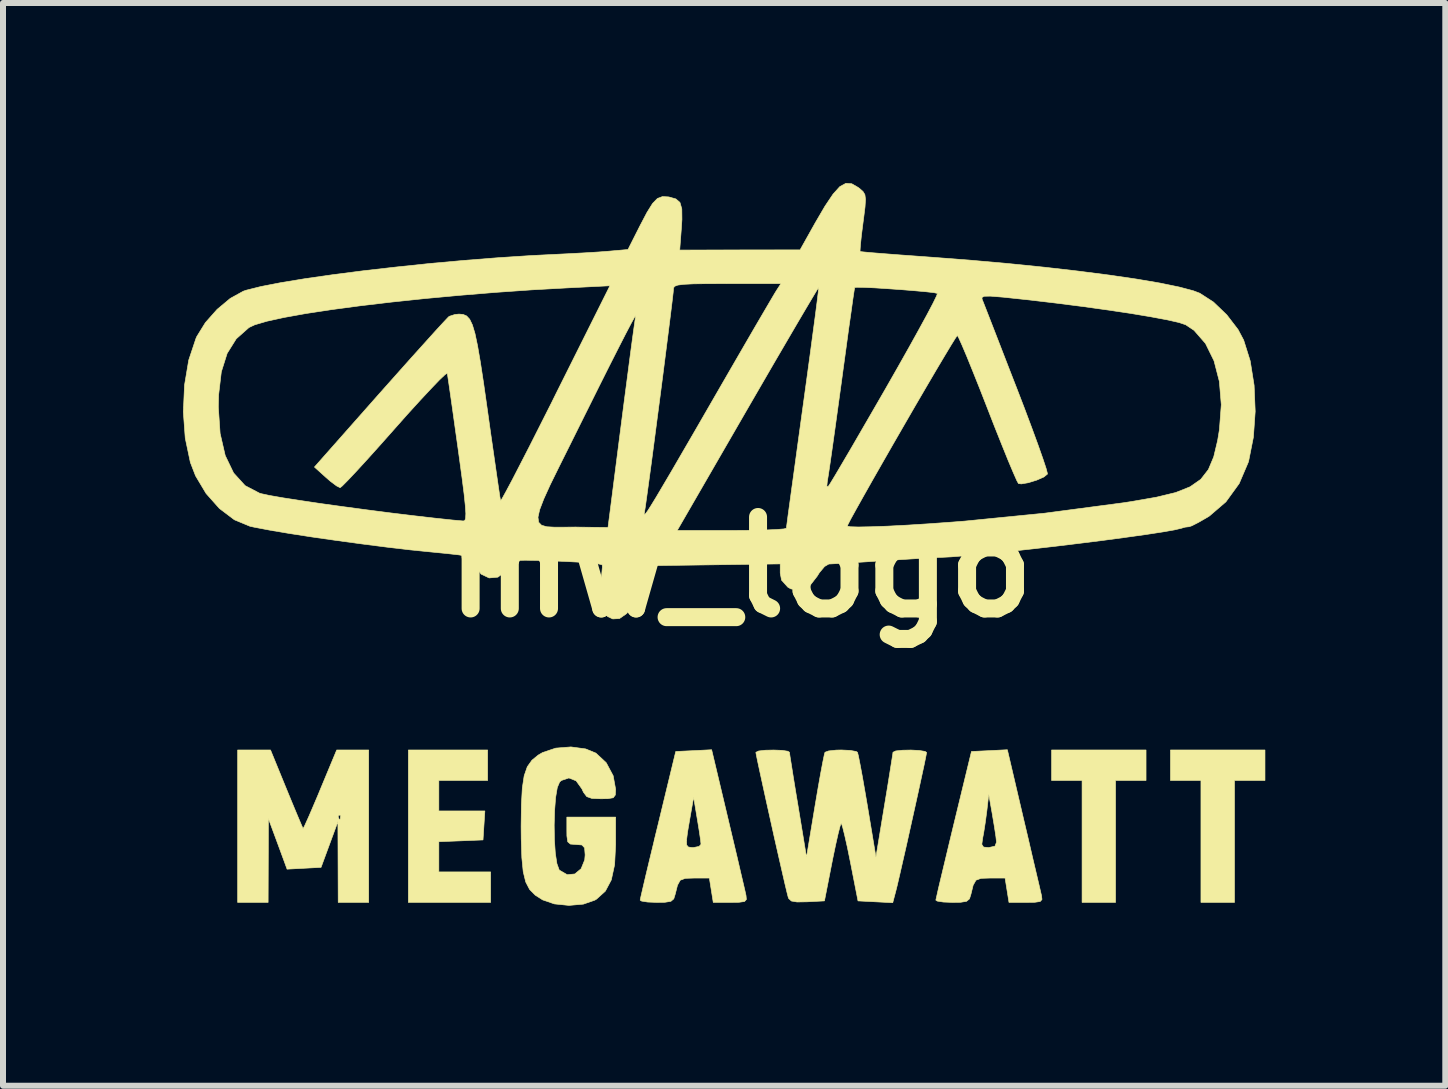
<source format=kicad_pcb>
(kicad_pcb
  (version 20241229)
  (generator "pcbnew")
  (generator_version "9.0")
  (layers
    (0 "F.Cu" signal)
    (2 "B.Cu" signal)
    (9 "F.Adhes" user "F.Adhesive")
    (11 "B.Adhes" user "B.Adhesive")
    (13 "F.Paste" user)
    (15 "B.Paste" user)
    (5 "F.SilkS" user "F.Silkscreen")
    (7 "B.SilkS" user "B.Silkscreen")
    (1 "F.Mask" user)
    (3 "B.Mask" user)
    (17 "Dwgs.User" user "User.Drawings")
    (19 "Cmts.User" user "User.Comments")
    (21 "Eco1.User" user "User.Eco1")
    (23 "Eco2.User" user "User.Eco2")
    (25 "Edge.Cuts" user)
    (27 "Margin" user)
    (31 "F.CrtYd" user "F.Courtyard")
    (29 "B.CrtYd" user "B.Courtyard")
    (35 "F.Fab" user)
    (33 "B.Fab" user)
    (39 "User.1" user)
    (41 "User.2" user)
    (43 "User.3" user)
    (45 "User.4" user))
  (footprint "mw_logo"
    (layer "F.Cu")
    (at 9.292 6.4)
    (property "Reference" "mw_logo" (at 0 0 0) (layer "F.SilkS") (effects (font (size 1.524 1.524) (thickness 0.3))))
    (attr through_hole)
    (fp_poly (pts (xy 6.756 3.556) (xy 6.248 3.556) (xy 6.248 5.588) (xy 5.69 5.588) (xy 5.69 3.556) (xy 5.182 3.556) (xy 5.182 3.048) (xy 6.756 3.048) (xy 6.756 3.556)) (stroke (width 0.01) (type solid)) (fill yes) (layer "F.SilkS"))
    (fp_poly (pts (xy 8.738 3.556) (xy 8.23 3.556) (xy 8.23 5.588) (xy 7.671 5.588) (xy 7.671 3.556) (xy 7.163 3.556) (xy 7.163 3.048) (xy 8.738 3.048) (xy 8.738 3.556)) (stroke (width 0.01) (type solid)) (fill yes) (layer "F.SilkS"))
    (fp_poly (pts (xy -4.216 3.556) (xy -5.029 3.556) (xy -5.029 4.064) (xy -4.262 4.064) (xy -4.293 4.547) (xy -4.661 4.562) (xy -5.029 4.576) (xy -5.029 5.08) (xy -4.166 5.08) (xy -4.166 5.588) (xy -5.537 5.588) (xy -5.537 3.048) (xy -4.216 3.048) (xy -4.216 3.556)) (stroke (width 0.01) (type solid)) (fill yes) (layer "F.SilkS"))
    (fp_poly (pts (xy -7.569 3.696) (xy -7.472 3.932) (xy -7.389 4.131) (xy -7.327 4.277) (xy -7.295 4.351) (xy -7.292 4.357) (xy -7.269 4.318) (xy -7.216 4.201) (xy -7.2 4.166) (xy -6.706 4.166) (xy -6.687 4.207) (xy -6.672 4.199) (xy -6.666 4.139) (xy -6.672 4.132) (xy -6.702 4.139) (xy -6.706 4.166) (xy -7.2 4.166) (xy -7.138 4.022) (xy -7.043 3.799) (xy -7.006 3.709) (xy -6.731 3.048) (xy -6.464 3.048) (xy -6.198 3.048) (xy -6.198 5.588) (xy -6.706 5.588) (xy -6.711 4.242) (xy -6.992 5.004) (xy -7.275 5.019) (xy -7.558 5.034) (xy -7.713 4.612) (xy -7.869 4.191) (xy -7.874 5.588) (xy -8.382 5.588) (xy -8.382 3.048) (xy -7.834 3.048) (xy -7.569 3.696)) (stroke (width 0.01) (type solid)) (fill yes) (layer "F.SilkS"))
    (fp_poly (pts (xy -0.208 4.202) (xy -0.129 4.536) (xy -0.056 4.843) (xy 0.005 5.106) (xy 0.053 5.31) (xy 0.083 5.44) (xy 0.09 5.474) (xy 0.096 5.539) (xy 0.065 5.573) (xy -0.027 5.586) (xy -0.171 5.588) (xy -0.456 5.588) (xy -0.521 5.182) (xy -0.77 5.182) (xy -0.921 5.187) (xy -1.006 5.218) (xy -1.052 5.301) (xy -1.089 5.448) (xy -1.114 5.529) (xy -1.162 5.57) (xy -1.262 5.586) (xy -1.398 5.588) (xy -1.55 5.582) (xy -1.65 5.566) (xy -1.674 5.55) (xy -1.662 5.492) (xy -1.629 5.349) (xy -1.579 5.135) (xy -1.514 4.864) (xy -1.439 4.554) (xy -0.902 4.554) (xy -0.899 4.632) (xy -0.871 4.665) (xy -0.817 4.673) (xy -0.787 4.674) (xy -0.692 4.655) (xy -0.66 4.62) (xy -0.668 4.546) (xy -0.689 4.402) (xy -0.719 4.218) (xy -0.722 4.201) (xy -0.783 3.835) (xy -0.846 4.191) (xy -0.884 4.413) (xy -0.902 4.554) (xy -1.439 4.554) (xy -1.439 4.55) (xy -1.376 4.293) (xy -1.081 3.073) (xy -0.782 3.059) (xy -0.483 3.044) (xy -0.208 4.202)) (stroke (width 0.01) (type solid)) (fill yes) (layer "F.SilkS"))
    (fp_poly (pts (xy 4.716 4.202) (xy 4.795 4.536) (xy 4.866 4.843) (xy 4.928 5.106) (xy 4.976 5.31) (xy 5.006 5.44) (xy 5.014 5.474) (xy 5.022 5.539) (xy 4.992 5.573) (xy 4.902 5.586) (xy 4.756 5.588) (xy 4.472 5.588) (xy 4.407 5.182) (xy 4.158 5.182) (xy 4.006 5.187) (xy 3.922 5.218) (xy 3.875 5.301) (xy 3.839 5.448) (xy 3.814 5.529) (xy 3.765 5.57) (xy 3.666 5.586) (xy 3.53 5.588) (xy 3.377 5.582) (xy 3.277 5.566) (xy 3.253 5.55) (xy 3.266 5.492) (xy 3.298 5.349) (xy 3.349 5.135) (xy 3.414 4.864) (xy 3.472 4.621) (xy 4.019 4.621) (xy 4.048 4.666) (xy 4.134 4.674) (xy 4.238 4.651) (xy 4.264 4.585) (xy 4.254 4.492) (xy 4.23 4.333) (xy 4.198 4.143) (xy 4.198 4.14) (xy 4.135 3.785) (xy 4.103 4.064) (xy 4.077 4.257) (xy 4.049 4.437) (xy 4.035 4.508) (xy 4.019 4.621) (xy 3.472 4.621) (xy 3.489 4.55) (xy 3.551 4.293) (xy 3.847 3.073) (xy 4.146 3.059) (xy 4.445 3.044) (xy 4.716 4.202)) (stroke (width 0.01) (type solid)) (fill yes) (layer "F.SilkS"))
    (fp_poly (pts (xy -2.583 3.03) (xy -2.412 3.1) (xy -2.24 3.26) (xy -2.124 3.477) (xy -2.083 3.703) (xy -2.088 3.798) (xy -2.123 3.844) (xy -2.213 3.859) (xy -2.328 3.861) (xy -2.479 3.855) (xy -2.564 3.825) (xy -2.619 3.752) (xy -2.645 3.696) (xy -2.741 3.562) (xy -2.862 3.514) (xy -2.987 3.556) (xy -3.016 3.582) (xy -3.055 3.673) (xy -3.083 3.839) (xy -3.1 4.057) (xy -3.107 4.301) (xy -3.103 4.547) (xy -3.088 4.769) (xy -3.061 4.944) (xy -3.024 5.045) (xy -3.019 5.051) (xy -2.89 5.126) (xy -2.763 5.114) (xy -2.658 5.027) (xy -2.598 4.879) (xy -2.591 4.797) (xy -2.6 4.679) (xy -2.645 4.631) (xy -2.743 4.623) (xy -2.837 4.616) (xy -2.881 4.578) (xy -2.895 4.48) (xy -2.896 4.394) (xy -2.896 4.166) (xy -2.083 4.166) (xy -2.083 4.625) (xy -2.1 4.96) (xy -2.155 5.213) (xy -2.254 5.4) (xy -2.401 5.533) (xy -2.429 5.55) (xy -2.621 5.617) (xy -2.861 5.638) (xy -3.104 5.613) (xy -3.299 5.546) (xy -3.423 5.467) (xy -3.516 5.373) (xy -3.581 5.248) (xy -3.623 5.076) (xy -3.646 4.842) (xy -3.656 4.532) (xy -3.658 4.318) (xy -3.653 3.957) (xy -3.638 3.682) (xy -3.607 3.478) (xy -3.555 3.328) (xy -3.478 3.219) (xy -3.373 3.133) (xy -3.299 3.09) (xy -3.081 3.017) (xy -2.828 2.997) (xy -2.583 3.03)) (stroke (width 0.01) (type solid)) (fill yes) (layer "F.SilkS"))
    (fp_poly (pts (xy 1.825 3.055) (xy 1.925 3.073) (xy 1.947 3.086) (xy 1.963 3.147) (xy 1.991 3.29) (xy 2.03 3.499) (xy 2.075 3.757) (xy 2.113 3.979) (xy 2.255 4.834) (xy 2.396 3.979) (xy 2.443 3.696) (xy 2.483 3.447) (xy 2.514 3.251) (xy 2.534 3.125) (xy 2.539 3.086) (xy 2.584 3.064) (xy 2.695 3.052) (xy 2.837 3.049) (xy 2.975 3.056) (xy 3.073 3.072) (xy 3.099 3.089) (xy 3.088 3.15) (xy 3.059 3.293) (xy 3.014 3.5) (xy 2.959 3.754) (xy 2.896 4.039) (xy 2.83 4.336) (xy 2.765 4.629) (xy 2.703 4.9) (xy 2.65 5.132) (xy 2.609 5.308) (xy 2.586 5.4) (xy 2.535 5.593) (xy 2.245 5.578) (xy 1.956 5.563) (xy 1.829 4.915) (xy 1.78 4.674) (xy 1.735 4.474) (xy 1.7 4.333) (xy 1.679 4.27) (xy 1.676 4.268) (xy 1.658 4.315) (xy 1.625 4.443) (xy 1.582 4.634) (xy 1.533 4.869) (xy 1.524 4.915) (xy 1.397 5.563) (xy 1.109 5.578) (xy 0.94 5.581) (xy 0.846 5.565) (xy 0.801 5.523) (xy 0.793 5.502) (xy 0.773 5.424) (xy 0.736 5.269) (xy 0.686 5.051) (xy 0.626 4.788) (xy 0.56 4.497) (xy 0.493 4.195) (xy 0.427 3.898) (xy 0.367 3.624) (xy 0.316 3.39) (xy 0.278 3.212) (xy 0.257 3.107) (xy 0.254 3.087) (xy 0.299 3.065) (xy 0.41 3.052) (xy 0.551 3.049) (xy 0.689 3.054) (xy 0.787 3.069) (xy 0.814 3.086) (xy 0.822 3.147) (xy 0.845 3.29) (xy 0.878 3.499) (xy 0.92 3.757) (xy 0.957 3.979) (xy 1.098 4.834) (xy 1.24 3.979) (xy 1.288 3.696) (xy 1.332 3.447) (xy 1.369 3.251) (xy 1.395 3.125) (xy 1.406 3.086) (xy 1.465 3.064) (xy 1.592 3.05) (xy 1.676 3.048) (xy 1.825 3.055)) (stroke (width 0.01) (type solid)) (fill yes) (layer "F.SilkS"))
    (fp_poly (pts (xy 1.852 -6.388) (xy 1.958 -6.327) (xy 1.986 -6.306) (xy 2.04 -6.258) (xy 2.071 -6.206) (xy 2.081 -6.128) (xy 2.073 -6) (xy 2.048 -5.8) (xy 2.04 -5.74) (xy 2.014 -5.535) (xy 1.997 -5.373) (xy 1.99 -5.276) (xy 1.992 -5.258) (xy 2.045 -5.252) (xy 2.184 -5.239) (xy 2.397 -5.222) (xy 2.67 -5.201) (xy 2.987 -5.178) (xy 3.219 -5.161) (xy 3.852 -5.112) (xy 4.471 -5.057) (xy 5.064 -4.997) (xy 5.622 -4.933) (xy 6.136 -4.867) (xy 6.595 -4.8) (xy 6.989 -4.733) (xy 7.309 -4.667) (xy 7.543 -4.605) (xy 7.651 -4.564) (xy 7.879 -4.417) (xy 8.101 -4.204) (xy 8.289 -3.959) (xy 8.383 -3.782) (xy 8.492 -3.435) (xy 8.557 -3.028) (xy 8.575 -2.594) (xy 8.545 -2.165) (xy 8.467 -1.772) (xy 8.459 -1.745) (xy 8.308 -1.392) (xy 8.087 -1.087) (xy 7.812 -0.851) (xy 7.775 -0.828) (xy 7.629 -0.744) (xy 7.519 -0.688) (xy 7.474 -0.673) (xy 7.405 -0.665) (xy 7.341 -0.646) (xy 7.226 -0.619) (xy 7.024 -0.584) (xy 6.751 -0.542) (xy 6.421 -0.496) (xy 6.049 -0.446) (xy 5.65 -0.396) (xy 5.238 -0.346) (xy 4.828 -0.299) (xy 4.435 -0.256) (xy 4.074 -0.219) (xy 3.759 -0.19) (xy 3.505 -0.17) (xy 3.327 -0.161) (xy 3.302 -0.161) (xy 3.228 -0.158) (xy 3.071 -0.149) (xy 2.85 -0.136) (xy 2.584 -0.119) (xy 2.388 -0.107) (xy 2.101 -0.088) (xy 1.847 -0.072) (xy 1.644 -0.06) (xy 1.511 -0.053) (xy 1.47 -0.051) (xy 1.399 -0.01) (xy 1.312 0.094) (xy 1.276 0.152) (xy 1.145 0.321) (xy 0.997 0.392) (xy 0.837 0.363) (xy 0.787 0.335) (xy 0.682 0.218) (xy 0.66 0.099) (xy 0.66 -0.053) (xy -1.394 -0.025) (xy -1.61 0.355) (xy -1.767 0.61) (xy -1.9 0.775) (xy -2.019 0.858) (xy -2.131 0.864) (xy -2.215 0.825) (xy -2.315 0.71) (xy -2.356 0.535) (xy -2.338 0.286) (xy -2.336 0.276) (xy -2.314 0.115) (xy -2.304 0.000371) (xy -2.307 -0.038) (xy -2.368 -0.053) (xy -2.505 -0.068) (xy -2.698 -0.082) (xy -2.925 -0.094) (xy -3.164 -0.104) (xy -3.392 -0.111) (xy -3.589 -0.114) (xy -3.732 -0.111) (xy -3.798 -0.102) (xy -3.801 -0.1) (xy -3.841 -0.032) (xy -3.916 0.07) (xy -3.916 0.07) (xy -4.045 0.168) (xy -4.191 0.181) (xy -4.325 0.117) (xy -4.421 -0.017) (xy -4.439 -0.072) (xy -4.457 -0.119) (xy -4.494 -0.154) (xy -4.567 -0.18) (xy -4.693 -0.203) (xy -4.888 -0.225) (xy -5.142 -0.25) (xy -5.491 -0.285) (xy -5.885 -0.331) (xy -6.306 -0.385) (xy -6.733 -0.443) (xy -7.145 -0.502) (xy -7.525 -0.561) (xy -7.813 -0.61) (xy -1.057 -0.61) (xy -0.148 -0.61) (xy 0.144 -0.612) (xy 0.397 -0.617) (xy 0.595 -0.626) (xy 0.722 -0.636) (xy 0.763 -0.648) (xy 0.767 -0.683) (xy 1.778 -0.683) (xy 1.826 -0.672) (xy 1.963 -0.668) (xy 2.176 -0.672) (xy 2.452 -0.682) (xy 2.778 -0.699) (xy 3.142 -0.722) (xy 3.53 -0.75) (xy 3.734 -0.766) (xy 5.067 -0.898) (xy 6.382 -1.072) (xy 6.525 -1.094) (xy 6.931 -1.165) (xy 7.249 -1.242) (xy 7.49 -1.338) (xy 7.668 -1.462) (xy 7.795 -1.625) (xy 7.884 -1.837) (xy 7.949 -2.109) (xy 7.979 -2.291) (xy 8.01 -2.706) (xy 7.978 -3.093) (xy 7.889 -3.437) (xy 7.747 -3.726) (xy 7.556 -3.945) (xy 7.417 -4.038) (xy 7.307 -4.075) (xy 7.109 -4.12) (xy 6.836 -4.171) (xy 6.502 -4.227) (xy 6.12 -4.284) (xy 5.703 -4.342) (xy 5.264 -4.398) (xy 4.816 -4.451) (xy 4.373 -4.498) (xy 4.348 -4.5) (xy 4.162 -4.515) (xy 4.059 -4.513) (xy 4.021 -4.492) (xy 4.024 -4.464) (xy 4.049 -4.401) (xy 4.106 -4.255) (xy 4.19 -4.039) (xy 4.296 -3.766) (xy 4.419 -3.448) (xy 4.555 -3.098) (xy 4.593 -3.001) (xy 4.73 -2.645) (xy 4.852 -2.32) (xy 4.956 -2.036) (xy 5.037 -1.806) (xy 5.091 -1.643) (xy 5.113 -1.558) (xy 5.113 -1.55) (xy 5.053 -1.501) (xy 4.934 -1.449) (xy 4.795 -1.406) (xy 4.678 -1.386) (xy 4.63 -1.392) (xy 4.601 -1.445) (xy 4.542 -1.579) (xy 4.456 -1.783) (xy 4.351 -2.043) (xy 4.23 -2.346) (xy 4.116 -2.639) (xy 3.987 -2.969) (xy 3.869 -3.264) (xy 3.768 -3.513) (xy 3.687 -3.704) (xy 3.633 -3.823) (xy 3.612 -3.86) (xy 3.581 -3.817) (xy 3.507 -3.698) (xy 3.397 -3.515) (xy 3.257 -3.28) (xy 3.095 -3.004) (xy 2.918 -2.701) (xy 2.733 -2.381) (xy 2.546 -2.057) (xy 2.365 -1.741) (xy 2.196 -1.445) (xy 2.047 -1.181) (xy 1.924 -0.961) (xy 1.834 -0.798) (xy 1.785 -0.702) (xy 1.778 -0.683) (xy 0.767 -0.683) (xy 0.77 -0.705) (xy 0.789 -0.852) (xy 0.82 -1.077) (xy 0.856 -1.342) (xy 1.436 -1.342) (xy 1.462 -1.346) (xy 1.498 -1.401) (xy 1.578 -1.533) (xy 1.696 -1.733) (xy 1.847 -1.99) (xy 2.023 -2.294) (xy 2.22 -2.634) (xy 2.41 -2.963) (xy 2.617 -3.326) (xy 2.806 -3.661) (xy 2.97 -3.957) (xy 3.106 -4.206) (xy 3.206 -4.396) (xy 3.265 -4.517) (xy 3.28 -4.56) (xy 3.223 -4.573) (xy 3.09 -4.588) (xy 2.901 -4.605) (xy 2.68 -4.623) (xy 2.451 -4.639) (xy 2.235 -4.653) (xy 2.057 -4.661) (xy 1.938 -4.663) (xy 1.901 -4.659) (xy 1.892 -4.608) (xy 1.871 -4.469) (xy 1.841 -4.253) (xy 1.801 -3.973) (xy 1.756 -3.642) (xy 1.705 -3.271) (xy 1.682 -3.099) (xy 1.628 -2.708) (xy 1.578 -2.345) (xy 1.533 -2.023) (xy 1.495 -1.757) (xy 1.466 -1.559) (xy 1.447 -1.442) (xy 1.444 -1.422) (xy 1.436 -1.342) (xy 0.856 -1.342) (xy 0.86 -1.37) (xy 0.908 -1.719) (xy 0.962 -2.115) (xy 1.021 -2.544) (xy 1.038 -2.667) (xy 1.098 -3.103) (xy 1.153 -3.506) (xy 1.201 -3.866) (xy 1.242 -4.172) (xy 1.273 -4.412) (xy 1.293 -4.577) (xy 1.301 -4.654) (xy 1.301 -4.659) (xy 1.274 -4.619) (xy 1.202 -4.499) (xy 1.089 -4.309) (xy 0.94 -4.056) (xy 0.761 -3.75) (xy 0.556 -3.399) (xy 0.331 -3.011) (xy 0.116 -2.64) (xy -1.057 -0.61) (xy -7.813 -0.61) (xy -7.85 -0.616) (xy -8.102 -0.664) (xy -8.176 -0.68) (xy -8.436 -0.788) (xy -8.686 -0.977) (xy -8.908 -1.227) (xy -9.083 -1.52) (xy -9.17 -1.745) (xy -9.255 -2.149) (xy -9.287 -2.589) (xy -9.283 -2.667) (xy -8.704 -2.667) (xy -8.674 -2.227) (xy -8.589 -1.859) (xy -8.449 -1.568) (xy -8.257 -1.357) (xy -8.016 -1.231) (xy -7.988 -1.223) (xy -7.849 -1.193) (xy -7.626 -1.154) (xy -7.335 -1.109) (xy -6.994 -1.058) (xy -6.618 -1.006) (xy -6.223 -0.953) (xy -5.828 -0.902) (xy -5.448 -0.856) (xy -5.1 -0.816) (xy -4.8 -0.784) (xy -4.62 -0.768) (xy -4.596 -0.777) (xy -4.582 -0.815) (xy -4.582 -0.831) (xy -3.377 -0.831) (xy -3.366 -0.747) (xy -3.317 -0.697) (xy -3.23 -0.672) (xy -3.105 -0.665) (xy -2.944 -0.665) (xy -2.746 -0.667) (xy -2.718 -0.666) (xy -2.21 -0.66) (xy -2.181 -0.884) (xy -1.607 -0.884) (xy -1.602 -0.874) (xy -1.584 -0.89) (xy -1.548 -0.939) (xy -1.492 -1.027) (xy -1.41 -1.161) (xy -1.3 -1.347) (xy -1.156 -1.591) (xy -0.976 -1.901) (xy -0.754 -2.283) (xy -0.488 -2.744) (xy -0.342 -2.997) (xy -0.134 -3.357) (xy 0.06 -3.692) (xy 0.234 -3.992) (xy 0.382 -4.245) (xy 0.497 -4.441) (xy 0.572 -4.568) (xy 0.598 -4.61) (xy 0.672 -4.724) (xy -0.223 -4.724) (xy -0.548 -4.723) (xy -0.785 -4.72) (xy -0.947 -4.712) (xy -1.047 -4.699) (xy -1.1 -4.679) (xy -1.117 -4.653) (xy -1.118 -4.645) (xy -1.124 -4.576) (xy -1.142 -4.421) (xy -1.17 -4.193) (xy -1.206 -3.906) (xy -1.248 -3.575) (xy -1.294 -3.214) (xy -1.343 -2.836) (xy -1.393 -2.456) (xy -1.441 -2.089) (xy -1.486 -1.747) (xy -1.527 -1.445) (xy -1.561 -1.197) (xy -1.586 -1.018) (xy -1.601 -0.921) (xy -1.602 -0.914) (xy -1.607 -0.884) (xy -2.181 -0.884) (xy -1.99 -2.375) (xy -1.937 -2.785) (xy -1.887 -3.165) (xy -1.843 -3.504) (xy -1.805 -3.789) (xy -1.775 -4.007) (xy -1.755 -4.147) (xy -1.748 -4.191) (xy -1.764 -4.17) (xy -1.821 -4.067) (xy -1.914 -3.89) (xy -2.037 -3.65) (xy -2.187 -3.354) (xy -2.358 -3.013) (xy -2.546 -2.635) (xy -2.606 -2.515) (xy -2.836 -2.052) (xy -3.025 -1.673) (xy -3.174 -1.37) (xy -3.281 -1.134) (xy -3.349 -0.957) (xy -3.377 -0.831) (xy -4.582 -0.831) (xy -4.579 -0.893) (xy -4.588 -1.023) (xy -4.608 -1.216) (xy -4.642 -1.484) (xy -4.69 -1.837) (xy -4.708 -1.968) (xy -4.756 -2.309) (xy -4.799 -2.617) (xy -4.836 -2.877) (xy -4.865 -3.076) (xy -4.883 -3.198) (xy -4.889 -3.23) (xy -4.924 -3.209) (xy -5.018 -3.12) (xy -5.159 -2.973) (xy -5.341 -2.778) (xy -5.554 -2.544) (xy -5.766 -2.305) (xy -6.001 -2.04) (xy -6.215 -1.802) (xy -6.399 -1.601) (xy -6.543 -1.448) (xy -6.638 -1.352) (xy -6.674 -1.323) (xy -6.734 -1.353) (xy -6.84 -1.433) (xy -6.91 -1.494) (xy -7.102 -1.667) (xy -6.008 -2.904) (xy -5.741 -3.204) (xy -5.495 -3.48) (xy -5.276 -3.723) (xy -5.095 -3.924) (xy -4.959 -4.072) (xy -4.877 -4.159) (xy -4.857 -4.178) (xy -4.762 -4.209) (xy -4.694 -4.216) (xy -4.624 -4.21) (xy -4.566 -4.185) (xy -4.515 -4.13) (xy -4.47 -4.036) (xy -4.427 -3.893) (xy -4.384 -3.689) (xy -4.337 -3.416) (xy -4.283 -3.063) (xy -4.22 -2.62) (xy -4.215 -2.585) (xy -4.163 -2.214) (xy -4.114 -1.875) (xy -4.072 -1.582) (xy -4.038 -1.348) (xy -4.014 -1.186) (xy -4.001 -1.109) (xy -4 -1.105) (xy -3.976 -1.14) (xy -3.911 -1.257) (xy -3.81 -1.446) (xy -3.68 -1.698) (xy -3.523 -2.003) (xy -3.346 -2.353) (xy -3.152 -2.737) (xy -3.083 -2.877) (xy -2.178 -4.688) (xy -2.879 -4.653) (xy -3.477 -4.62) (xy -4.079 -4.578) (xy -4.676 -4.529) (xy -5.259 -4.475) (xy -5.817 -4.416) (xy -6.341 -4.354) (xy -6.82 -4.29) (xy -7.246 -4.225) (xy -7.607 -4.16) (xy -7.894 -4.097) (xy -8.098 -4.037) (xy -8.193 -3.992) (xy -8.405 -3.804) (xy -8.557 -3.561) (xy -8.654 -3.253) (xy -8.699 -2.869) (xy -8.704 -2.667) (xy -9.283 -2.667) (xy -9.267 -3.032) (xy -9.197 -3.449) (xy -9.077 -3.809) (xy -9.062 -3.843) (xy -8.919 -4.074) (xy -8.724 -4.294) (xy -8.505 -4.477) (xy -8.288 -4.597) (xy -8.242 -4.613) (xy -7.995 -4.675) (xy -7.661 -4.74) (xy -7.253 -4.807) (xy -6.785 -4.874) (xy -6.271 -4.94) (xy -5.725 -5.002) (xy -5.161 -5.061) (xy -4.592 -5.112) (xy -4.032 -5.156) (xy -3.495 -5.191) (xy -3.175 -5.207) (xy -2.89 -5.221) (xy -2.609 -5.236) (xy -2.365 -5.251) (xy -2.196 -5.264) (xy -1.877 -5.292) (xy -1.679 -5.684) (xy -1.56 -5.911) (xy -1.467 -6.06) (xy -1.386 -6.143) (xy -1.303 -6.174) (xy -1.203 -6.169) (xy -1.192 -6.167) (xy -1.079 -6.135) (xy -1.011 -6.076) (xy -0.98 -5.969) (xy -0.978 -5.793) (xy -0.987 -5.652) (xy -1.015 -5.283) (xy -0.012 -5.285) (xy 0.991 -5.286) (xy 1.239 -5.729) (xy 1.406 -6.015) (xy 1.541 -6.216) (xy 1.653 -6.34) (xy 1.754 -6.395) (xy 1.852 -6.388)) (stroke (width 0.01) (type solid)) (fill yes) (layer "F.SilkS")))
  (gr_rect
    (start -3 -3)
    (end 21.035 15.043)
    (stroke (width 0.1) (type default))
    (fill no)
    (layer "Edge.Cuts")))
</source>
